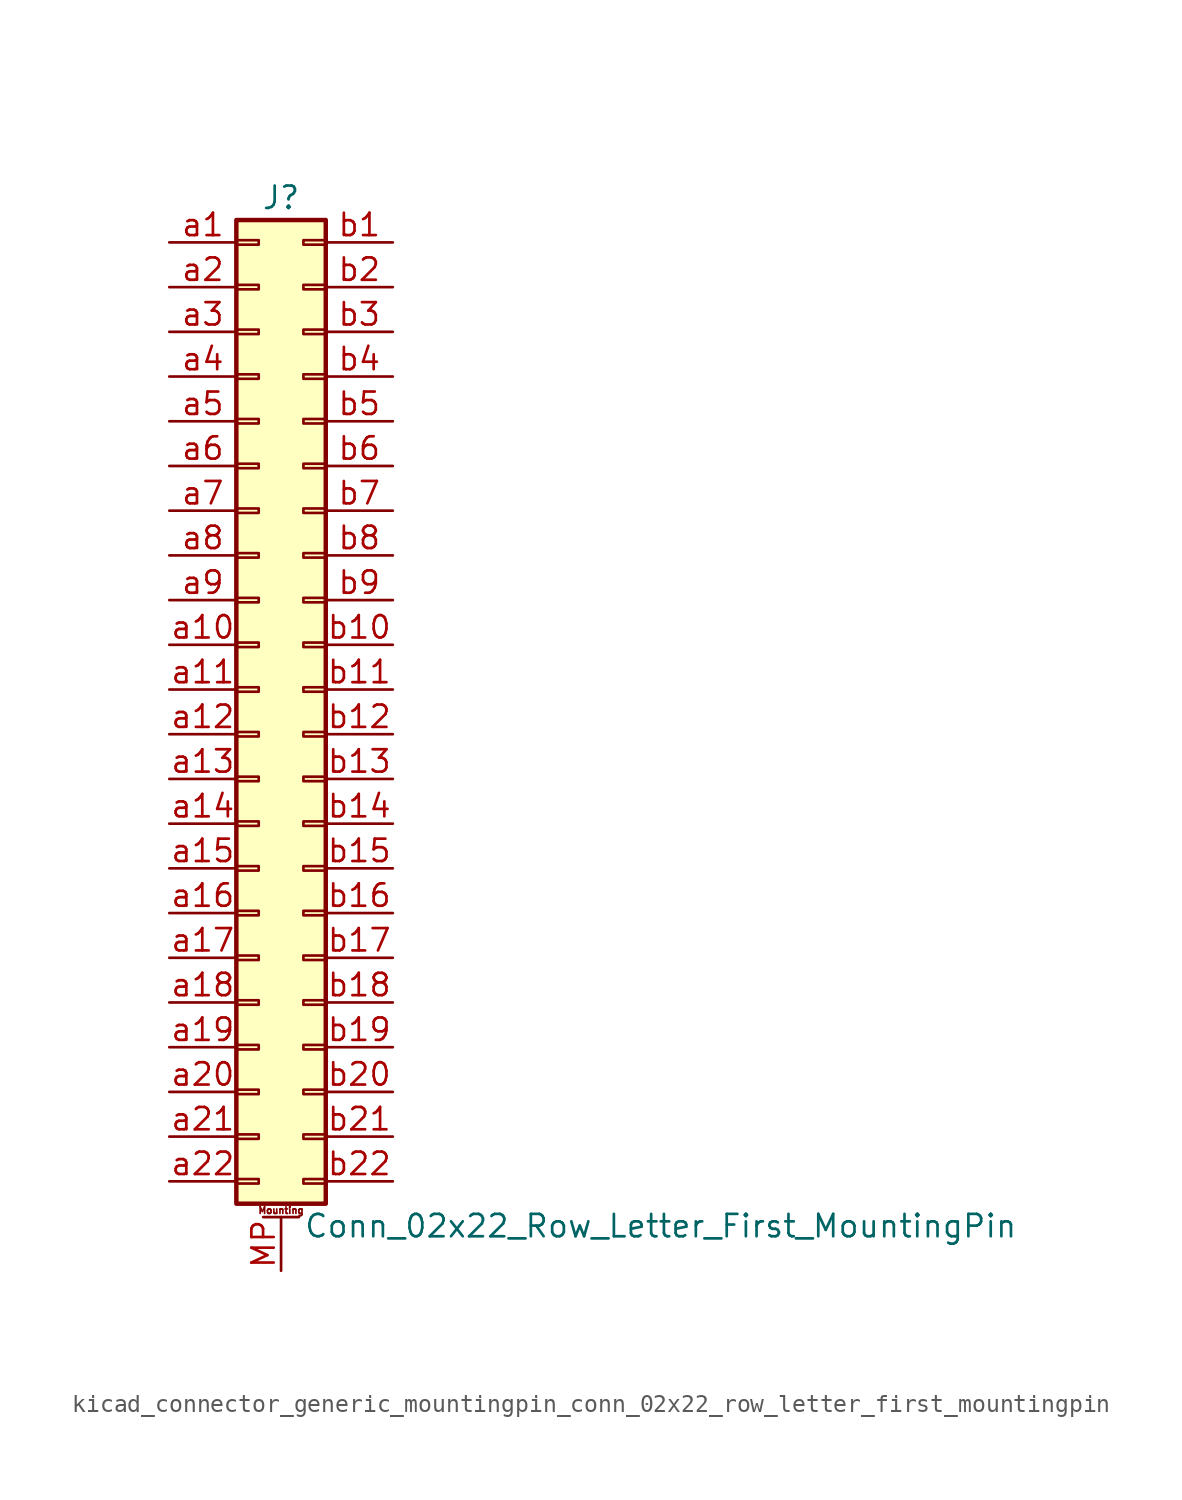
<source format=kicad_sym>
(kicad_symbol_lib
  (version 20220914)
  (generator kicad_symbol_editor)
  (symbol "kicad_connector_generic_mountingpin_conn_02x22_row_letter_first_mountingpin"
    (pin_names
      (offset 1.016) hide)
    (property "Reference" "J"
      (at 1.27 27.94 0)
      (effects (font (size 1.27 1.27))))
    (property "Value" "Conn_02x22_Row_Letter_First_MountingPin"
      (at 2.54 -30.48 0)
      (effects (font (size 1.27 1.27)) (justify left)))
    (symbol "kicad_connector_generic_mountingpin_conn_02x22_row_letter_first_mountingpin_1_1"
      (rectangle (start -1.27 -27.813) (end 0 -28.067) (stroke (width 0.152) (type default)) (fill (type none)))
      (rectangle (start -1.27 -25.273) (end 0 -25.527) (stroke (width 0.152) (type default)) (fill (type none)))
      (rectangle (start -1.27 -22.733) (end 0 -22.987) (stroke (width 0.152) (type default)) (fill (type none)))
      (rectangle (start -1.27 -20.193) (end 0 -20.447) (stroke (width 0.152) (type default)) (fill (type none)))
      (rectangle (start -1.27 -17.653) (end 0 -17.907) (stroke (width 0.152) (type default)) (fill (type none)))
      (rectangle (start -1.27 -15.113) (end 0 -15.367) (stroke (width 0.152) (type default)) (fill (type none)))
      (rectangle (start -1.27 -12.573) (end 0 -12.827) (stroke (width 0.152) (type default)) (fill (type none)))
      (rectangle (start -1.27 -10.033) (end 0 -10.287) (stroke (width 0.152) (type default)) (fill (type none)))
      (rectangle (start -1.27 -7.493) (end 0 -7.747) (stroke (width 0.152) (type default)) (fill (type none)))
      (rectangle (start -1.27 -4.953) (end 0 -5.207) (stroke (width 0.152) (type default)) (fill (type none)))
      (rectangle (start -1.27 -2.413) (end 0 -2.667) (stroke (width 0.152) (type default)) (fill (type none)))
      (rectangle (start -1.27 0.127) (end 0 -0.127) (stroke (width 0.152) (type default)) (fill (type none)))
      (rectangle (start -1.27 2.667) (end 0 2.413) (stroke (width 0.152) (type default)) (fill (type none)))
      (rectangle (start -1.27 5.207) (end 0 4.953) (stroke (width 0.152) (type default)) (fill (type none)))
      (rectangle (start -1.27 7.747) (end 0 7.493) (stroke (width 0.152) (type default)) (fill (type none)))
      (rectangle (start -1.27 10.287) (end 0 10.033) (stroke (width 0.152) (type default)) (fill (type none)))
      (rectangle (start -1.27 12.827) (end 0 12.573) (stroke (width 0.152) (type default)) (fill (type none)))
      (rectangle (start -1.27 15.367) (end 0 15.113) (stroke (width 0.152) (type default)) (fill (type none)))
      (rectangle (start -1.27 17.907) (end 0 17.653) (stroke (width 0.152) (type default)) (fill (type none)))
      (rectangle (start -1.27 20.447) (end 0 20.193) (stroke (width 0.152) (type default)) (fill (type none)))
      (rectangle (start -1.27 22.987) (end 0 22.733) (stroke (width 0.152) (type default)) (fill (type none)))
      (rectangle (start -1.27 25.527) (end 0 25.273) (stroke (width 0.152) (type default)) (fill (type none)))
      (rectangle (start -1.27 26.67) (end 3.81 -29.21) (stroke (width 0.254) (type default)) (fill (type background)))
      (polyline (pts (xy 0.254 -29.972) (xy 2.286 -29.972)) (stroke (width 0.152) (type default)) (fill (type none)))
      (rectangle (start 3.81 -27.813) (end 2.54 -28.067) (stroke (width 0.152) (type default)) (fill (type none)))
      (rectangle (start 3.81 -25.273) (end 2.54 -25.527) (stroke (width 0.152) (type default)) (fill (type none)))
      (rectangle (start 3.81 -22.733) (end 2.54 -22.987) (stroke (width 0.152) (type default)) (fill (type none)))
      (rectangle (start 3.81 -20.193) (end 2.54 -20.447) (stroke (width 0.152) (type default)) (fill (type none)))
      (rectangle (start 3.81 -17.653) (end 2.54 -17.907) (stroke (width 0.152) (type default)) (fill (type none)))
      (rectangle (start 3.81 -15.113) (end 2.54 -15.367) (stroke (width 0.152) (type default)) (fill (type none)))
      (rectangle (start 3.81 -12.573) (end 2.54 -12.827) (stroke (width 0.152) (type default)) (fill (type none)))
      (rectangle (start 3.81 -10.033) (end 2.54 -10.287) (stroke (width 0.152) (type default)) (fill (type none)))
      (rectangle (start 3.81 -7.493) (end 2.54 -7.747) (stroke (width 0.152) (type default)) (fill (type none)))
      (rectangle (start 3.81 -4.953) (end 2.54 -5.207) (stroke (width 0.152) (type default)) (fill (type none)))
      (rectangle (start 3.81 -2.413) (end 2.54 -2.667) (stroke (width 0.152) (type default)) (fill (type none)))
      (rectangle (start 3.81 0.127) (end 2.54 -0.127) (stroke (width 0.152) (type default)) (fill (type none)))
      (rectangle (start 3.81 2.667) (end 2.54 2.413) (stroke (width 0.152) (type default)) (fill (type none)))
      (rectangle (start 3.81 5.207) (end 2.54 4.953) (stroke (width 0.152) (type default)) (fill (type none)))
      (rectangle (start 3.81 7.747) (end 2.54 7.493) (stroke (width 0.152) (type default)) (fill (type none)))
      (rectangle (start 3.81 10.287) (end 2.54 10.033) (stroke (width 0.152) (type default)) (fill (type none)))
      (rectangle (start 3.81 12.827) (end 2.54 12.573) (stroke (width 0.152) (type default)) (fill (type none)))
      (rectangle (start 3.81 15.367) (end 2.54 15.113) (stroke (width 0.152) (type default)) (fill (type none)))
      (rectangle (start 3.81 17.907) (end 2.54 17.653) (stroke (width 0.152) (type default)) (fill (type none)))
      (rectangle (start 3.81 20.447) (end 2.54 20.193) (stroke (width 0.152) (type default)) (fill (type none)))
      (rectangle (start 3.81 22.987) (end 2.54 22.733) (stroke (width 0.152) (type default)) (fill (type none)))
      (rectangle (start 3.81 25.527) (end 2.54 25.273) (stroke (width 0.152) (type default)) (fill (type none)))
      (text "Mounting" (at 1.27 -29.591 0) (effects (font (size 0.381 0.381))))
      (pin passive line (at 1.27 -33.02 90) (length 3.048) (name "MountPin" (effects (font (size 1.27 1.27)))) (number "MP" (effects (font (size 1.27 1.27)))))
      (pin passive line (at -5.08 25.4 0) (length 3.81) (name "Pin_a1" (effects (font (size 1.27 1.27)))) (number "a1" (effects (font (size 1.27 1.27)))))
      (pin passive line (at -5.08 2.54 0) (length 3.81) (name "Pin_a10" (effects (font (size 1.27 1.27)))) (number "a10" (effects (font (size 1.27 1.27)))))
      (pin passive line (at -5.08 0 0) (length 3.81) (name "Pin_a11" (effects (font (size 1.27 1.27)))) (number "a11" (effects (font (size 1.27 1.27)))))
      (pin passive line (at -5.08 -2.54 0) (length 3.81) (name "Pin_a12" (effects (font (size 1.27 1.27)))) (number "a12" (effects (font (size 1.27 1.27)))))
      (pin passive line (at -5.08 -5.08 0) (length 3.81) (name "Pin_a13" (effects (font (size 1.27 1.27)))) (number "a13" (effects (font (size 1.27 1.27)))))
      (pin passive line (at -5.08 -7.62 0) (length 3.81) (name "Pin_a14" (effects (font (size 1.27 1.27)))) (number "a14" (effects (font (size 1.27 1.27)))))
      (pin passive line (at -5.08 -10.16 0) (length 3.81) (name "Pin_a15" (effects (font (size 1.27 1.27)))) (number "a15" (effects (font (size 1.27 1.27)))))
      (pin passive line (at -5.08 -12.7 0) (length 3.81) (name "Pin_a16" (effects (font (size 1.27 1.27)))) (number "a16" (effects (font (size 1.27 1.27)))))
      (pin passive line (at -5.08 -15.24 0) (length 3.81) (name "Pin_a17" (effects (font (size 1.27 1.27)))) (number "a17" (effects (font (size 1.27 1.27)))))
      (pin passive line (at -5.08 -17.78 0) (length 3.81) (name "Pin_a18" (effects (font (size 1.27 1.27)))) (number "a18" (effects (font (size 1.27 1.27)))))
      (pin passive line (at -5.08 -20.32 0) (length 3.81) (name "Pin_a19" (effects (font (size 1.27 1.27)))) (number "a19" (effects (font (size 1.27 1.27)))))
      (pin passive line (at -5.08 22.86 0) (length 3.81) (name "Pin_a2" (effects (font (size 1.27 1.27)))) (number "a2" (effects (font (size 1.27 1.27)))))
      (pin passive line (at -5.08 -22.86 0) (length 3.81) (name "Pin_a20" (effects (font (size 1.27 1.27)))) (number "a20" (effects (font (size 1.27 1.27)))))
      (pin passive line (at -5.08 -25.4 0) (length 3.81) (name "Pin_a21" (effects (font (size 1.27 1.27)))) (number "a21" (effects (font (size 1.27 1.27)))))
      (pin passive line (at -5.08 -27.94 0) (length 3.81) (name "Pin_a22" (effects (font (size 1.27 1.27)))) (number "a22" (effects (font (size 1.27 1.27)))))
      (pin passive line (at -5.08 20.32 0) (length 3.81) (name "Pin_a3" (effects (font (size 1.27 1.27)))) (number "a3" (effects (font (size 1.27 1.27)))))
      (pin passive line (at -5.08 17.78 0) (length 3.81) (name "Pin_a4" (effects (font (size 1.27 1.27)))) (number "a4" (effects (font (size 1.27 1.27)))))
      (pin passive line (at -5.08 15.24 0) (length 3.81) (name "Pin_a5" (effects (font (size 1.27 1.27)))) (number "a5" (effects (font (size 1.27 1.27)))))
      (pin passive line (at -5.08 12.7 0) (length 3.81) (name "Pin_a6" (effects (font (size 1.27 1.27)))) (number "a6" (effects (font (size 1.27 1.27)))))
      (pin passive line (at -5.08 10.16 0) (length 3.81) (name "Pin_a7" (effects (font (size 1.27 1.27)))) (number "a7" (effects (font (size 1.27 1.27)))))
      (pin passive line (at -5.08 7.62 0) (length 3.81) (name "Pin_a8" (effects (font (size 1.27 1.27)))) (number "a8" (effects (font (size 1.27 1.27)))))
      (pin passive line (at -5.08 5.08 0) (length 3.81) (name "Pin_a9" (effects (font (size 1.27 1.27)))) (number "a9" (effects (font (size 1.27 1.27)))))
      (pin passive line (at 7.62 25.4 180) (length 3.81) (name "Pin_b1" (effects (font (size 1.27 1.27)))) (number "b1" (effects (font (size 1.27 1.27)))))
      (pin passive line (at 7.62 2.54 180) (length 3.81) (name "Pin_b10" (effects (font (size 1.27 1.27)))) (number "b10" (effects (font (size 1.27 1.27)))))
      (pin passive line (at 7.62 0 180) (length 3.81) (name "Pin_b11" (effects (font (size 1.27 1.27)))) (number "b11" (effects (font (size 1.27 1.27)))))
      (pin passive line (at 7.62 -2.54 180) (length 3.81) (name "Pin_b12" (effects (font (size 1.27 1.27)))) (number "b12" (effects (font (size 1.27 1.27)))))
      (pin passive line (at 7.62 -5.08 180) (length 3.81) (name "Pin_b13" (effects (font (size 1.27 1.27)))) (number "b13" (effects (font (size 1.27 1.27)))))
      (pin passive line (at 7.62 -7.62 180) (length 3.81) (name "Pin_b14" (effects (font (size 1.27 1.27)))) (number "b14" (effects (font (size 1.27 1.27)))))
      (pin passive line (at 7.62 -10.16 180) (length 3.81) (name "Pin_b15" (effects (font (size 1.27 1.27)))) (number "b15" (effects (font (size 1.27 1.27)))))
      (pin passive line (at 7.62 -12.7 180) (length 3.81) (name "Pin_b16" (effects (font (size 1.27 1.27)))) (number "b16" (effects (font (size 1.27 1.27)))))
      (pin passive line (at 7.62 -15.24 180) (length 3.81) (name "Pin_b17" (effects (font (size 1.27 1.27)))) (number "b17" (effects (font (size 1.27 1.27)))))
      (pin passive line (at 7.62 -17.78 180) (length 3.81) (name "Pin_b18" (effects (font (size 1.27 1.27)))) (number "b18" (effects (font (size 1.27 1.27)))))
      (pin passive line (at 7.62 -20.32 180) (length 3.81) (name "Pin_b19" (effects (font (size 1.27 1.27)))) (number "b19" (effects (font (size 1.27 1.27)))))
      (pin passive line (at 7.62 22.86 180) (length 3.81) (name "Pin_b2" (effects (font (size 1.27 1.27)))) (number "b2" (effects (font (size 1.27 1.27)))))
      (pin passive line (at 7.62 -22.86 180) (length 3.81) (name "Pin_b20" (effects (font (size 1.27 1.27)))) (number "b20" (effects (font (size 1.27 1.27)))))
      (pin passive line (at 7.62 -25.4 180) (length 3.81) (name "Pin_b21" (effects (font (size 1.27 1.27)))) (number "b21" (effects (font (size 1.27 1.27)))))
      (pin passive line (at 7.62 -27.94 180) (length 3.81) (name "Pin_b22" (effects (font (size 1.27 1.27)))) (number "b22" (effects (font (size 1.27 1.27)))))
      (pin passive line (at 7.62 20.32 180) (length 3.81) (name "Pin_b3" (effects (font (size 1.27 1.27)))) (number "b3" (effects (font (size 1.27 1.27)))))
      (pin passive line (at 7.62 17.78 180) (length 3.81) (name "Pin_b4" (effects (font (size 1.27 1.27)))) (number "b4" (effects (font (size 1.27 1.27)))))
      (pin passive line (at 7.62 15.24 180) (length 3.81) (name "Pin_b5" (effects (font (size 1.27 1.27)))) (number "b5" (effects (font (size 1.27 1.27)))))
      (pin passive line (at 7.62 12.7 180) (length 3.81) (name "Pin_b6" (effects (font (size 1.27 1.27)))) (number "b6" (effects (font (size 1.27 1.27)))))
      (pin passive line (at 7.62 10.16 180) (length 3.81) (name "Pin_b7" (effects (font (size 1.27 1.27)))) (number "b7" (effects (font (size 1.27 1.27)))))
      (pin passive line (at 7.62 7.62 180) (length 3.81) (name "Pin_b8" (effects (font (size 1.27 1.27)))) (number "b8" (effects (font (size 1.27 1.27)))))
      (pin passive line (at 7.62 5.08 180) (length 3.81) (name "Pin_b9" (effects (font (size 1.27 1.27)))) (number "b9" (effects (font (size 1.27 1.27))))))))
</source>
